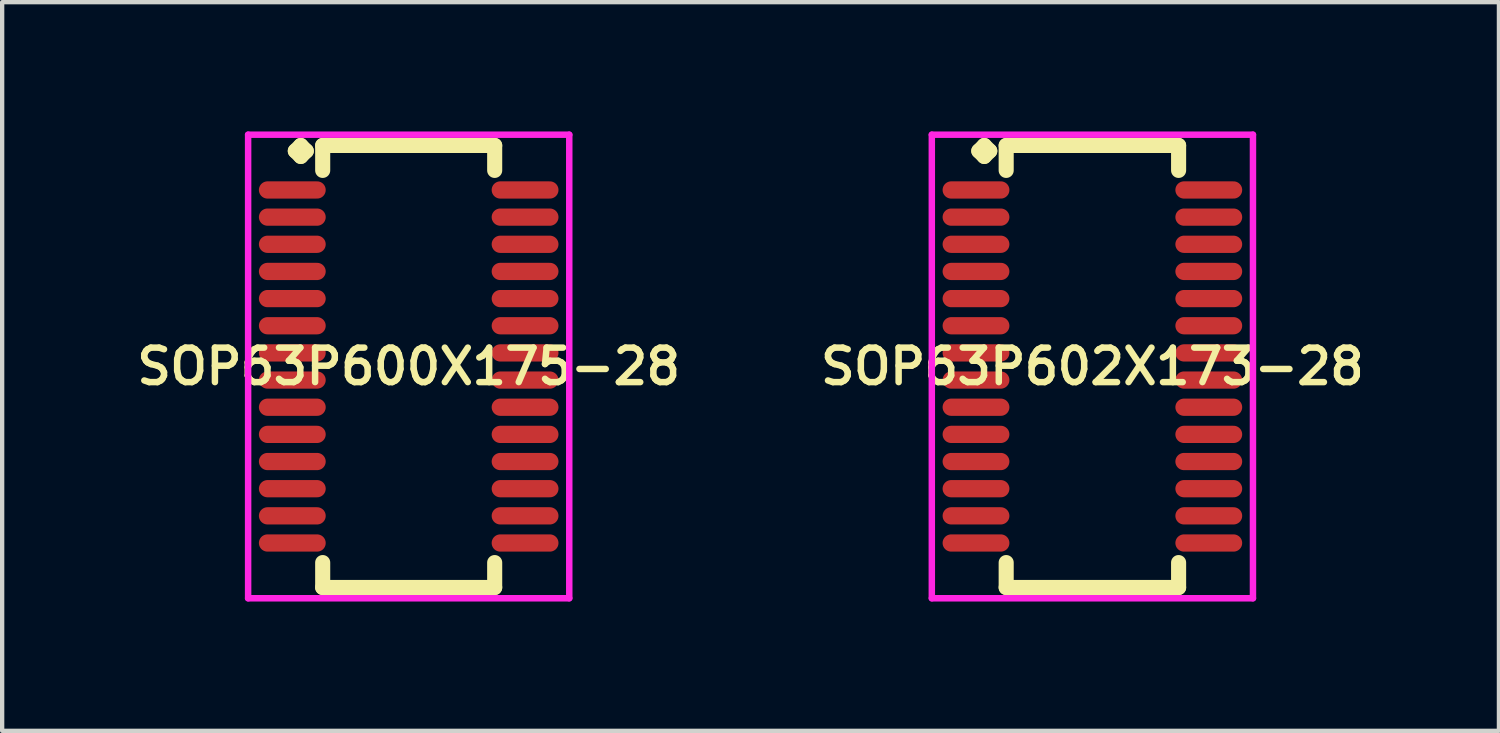
<source format=kicad_pcb>
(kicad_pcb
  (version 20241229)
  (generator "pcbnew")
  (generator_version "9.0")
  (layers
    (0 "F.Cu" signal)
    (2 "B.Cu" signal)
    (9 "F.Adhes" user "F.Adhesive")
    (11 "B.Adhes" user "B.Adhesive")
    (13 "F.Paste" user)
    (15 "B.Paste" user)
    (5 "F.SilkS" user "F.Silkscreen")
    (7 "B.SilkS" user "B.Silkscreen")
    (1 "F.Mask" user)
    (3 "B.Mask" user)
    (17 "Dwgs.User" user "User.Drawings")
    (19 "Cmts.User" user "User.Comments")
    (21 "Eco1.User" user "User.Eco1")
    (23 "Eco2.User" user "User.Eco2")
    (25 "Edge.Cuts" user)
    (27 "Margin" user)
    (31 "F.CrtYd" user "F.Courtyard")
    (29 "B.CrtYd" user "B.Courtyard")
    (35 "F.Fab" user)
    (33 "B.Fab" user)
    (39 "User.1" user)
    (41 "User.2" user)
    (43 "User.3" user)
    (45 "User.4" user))
  (footprint "SOP63P602X173-28"
    (layer "F.Cu")
    (at 22.292 5.452)
    (property "Reference" "SOP63P602X173-28" (at 0 0 0) (layer "F.SilkS") (effects (font (size 0.8 0.8) (thickness 0.15))))
    (attr smd)
    (fp_line (start -2.635 -5) (end -2.508 -5.127) (stroke (width 0.35) (type solid)) (layer "F.SilkS"))
    (fp_line (start -2.508 -5.127) (end -2.381 -5) (stroke (width 0.35) (type solid)) (layer "F.SilkS"))
    (fp_line (start -2.508 -4.873) (end -2.635 -5) (stroke (width 0.35) (type solid)) (layer "F.SilkS"))
    (fp_line (start -2.381 -5) (end -2.508 -4.873) (stroke (width 0.35) (type solid)) (layer "F.SilkS"))
    (fp_line (start -2 -5.127) (end 2 -5.127) (stroke (width 0.35) (type solid)) (layer "F.SilkS"))
    (fp_line (start -2 -4.549) (end -2 -5.127) (stroke (width 0.35) (type solid)) (layer "F.SilkS"))
    (fp_line (start -2 4.549) (end -2 5.127) (stroke (width 0.35) (type solid)) (layer "F.SilkS"))
    (fp_line (start -2 5.127) (end 2 5.127) (stroke (width 0.35) (type solid)) (layer "F.SilkS"))
    (fp_line (start 2 -5.127) (end 2 -4.549) (stroke (width 0.35) (type solid)) (layer "F.SilkS"))
    (fp_line (start 2 5.127) (end 2 4.549) (stroke (width 0.35) (type solid)) (layer "F.SilkS"))
    (fp_line (start -3.725 -5.377) (end 3.725 -5.377) (stroke (width 0.15) (type solid)) (layer "F.CrtYd"))
    (fp_line (start -3.725 5.377) (end -3.725 -5.377) (stroke (width 0.15) (type solid)) (layer "F.CrtYd"))
    (fp_line (start 3.725 -5.377) (end 3.725 5.377) (stroke (width 0.15) (type solid)) (layer "F.CrtYd"))
    (fp_line (start 3.725 5.377) (end -3.725 5.377) (stroke (width 0.15) (type solid)) (layer "F.CrtYd"))
    (pad "1" smd oval (at -2.7 -4.095) (size 1.55 0.4) (layers "F.Cu" "F.Mask" "F.Paste"))
    (pad "2" smd oval (at -2.7 -3.465) (size 1.55 0.4) (layers "F.Cu" "F.Mask" "F.Paste"))
    (pad "3" smd oval (at -2.7 -2.835) (size 1.55 0.4) (layers "F.Cu" "F.Mask" "F.Paste"))
    (pad "4" smd oval (at -2.7 -2.205) (size 1.55 0.4) (layers "F.Cu" "F.Mask" "F.Paste"))
    (pad "5" smd oval (at -2.7 -1.575) (size 1.55 0.4) (layers "F.Cu" "F.Mask" "F.Paste"))
    (pad "6" smd oval (at -2.7 -0.945) (size 1.55 0.4) (layers "F.Cu" "F.Mask" "F.Paste"))
    (pad "7" smd oval (at -2.7 -0.315) (size 1.55 0.4) (layers "F.Cu" "F.Mask" "F.Paste"))
    (pad "8" smd oval (at -2.7 0.315) (size 1.55 0.4) (layers "F.Cu" "F.Mask" "F.Paste"))
    (pad "9" smd oval (at -2.7 0.945) (size 1.55 0.4) (layers "F.Cu" "F.Mask" "F.Paste"))
    (pad "10" smd oval (at -2.7 1.575) (size 1.55 0.4) (layers "F.Cu" "F.Mask" "F.Paste"))
    (pad "11" smd oval (at -2.7 2.205) (size 1.55 0.4) (layers "F.Cu" "F.Mask" "F.Paste"))
    (pad "12" smd oval (at -2.7 2.835) (size 1.55 0.4) (layers "F.Cu" "F.Mask" "F.Paste"))
    (pad "13" smd oval (at -2.7 3.465) (size 1.55 0.4) (layers "F.Cu" "F.Mask" "F.Paste"))
    (pad "14" smd oval (at -2.7 4.095) (size 1.55 0.4) (layers "F.Cu" "F.Mask" "F.Paste"))
    (pad "15" smd oval (at 2.7 4.095) (size 1.55 0.4) (layers "F.Cu" "F.Mask" "F.Paste"))
    (pad "16" smd oval (at 2.7 3.465) (size 1.55 0.4) (layers "F.Cu" "F.Mask" "F.Paste"))
    (pad "17" smd oval (at 2.7 2.835) (size 1.55 0.4) (layers "F.Cu" "F.Mask" "F.Paste"))
    (pad "18" smd oval (at 2.7 2.205) (size 1.55 0.4) (layers "F.Cu" "F.Mask" "F.Paste"))
    (pad "19" smd oval (at 2.7 1.575) (size 1.55 0.4) (layers "F.Cu" "F.Mask" "F.Paste"))
    (pad "20" smd oval (at 2.7 0.945) (size 1.55 0.4) (layers "F.Cu" "F.Mask" "F.Paste"))
    (pad "21" smd oval (at 2.7 0.315) (size 1.55 0.4) (layers "F.Cu" "F.Mask" "F.Paste"))
    (pad "22" smd oval (at 2.7 -0.315) (size 1.55 0.4) (layers "F.Cu" "F.Mask" "F.Paste"))
    (pad "23" smd oval (at 2.7 -0.945) (size 1.55 0.4) (layers "F.Cu" "F.Mask" "F.Paste"))
    (pad "24" smd oval (at 2.7 -1.575) (size 1.55 0.4) (layers "F.Cu" "F.Mask" "F.Paste"))
    (pad "25" smd oval (at 2.7 -2.205) (size 1.55 0.4) (layers "F.Cu" "F.Mask" "F.Paste"))
    (pad "26" smd oval (at 2.7 -2.835) (size 1.55 0.4) (layers "F.Cu" "F.Mask" "F.Paste"))
    (pad "27" smd oval (at 2.7 -3.465) (size 1.55 0.4) (layers "F.Cu" "F.Mask" "F.Paste"))
    (pad "28" smd oval (at 2.7 -4.095) (size 1.55 0.4) (layers "F.Cu" "F.Mask" "F.Paste")))
  (footprint "SOP63P600X175-28"
    (layer "F.Cu")
    (at 6.431 5.452)
    (property "Reference" "SOP63P600X175-28" (at 0 0 0) (layer "F.SilkS") (effects (font (size 0.8 0.8) (thickness 0.15))))
    (attr through_hole)
    (fp_line (start -2.63 -5) (end -2.503 -5.127) (stroke (width 0.35) (type solid)) (layer "F.SilkS"))
    (fp_line (start -2.503 -5.127) (end -2.376 -5) (stroke (width 0.35) (type solid)) (layer "F.SilkS"))
    (fp_line (start -2.503 -4.873) (end -2.63 -5) (stroke (width 0.35) (type solid)) (layer "F.SilkS"))
    (fp_line (start -2.376 -5) (end -2.503 -4.873) (stroke (width 0.35) (type solid)) (layer "F.SilkS"))
    (fp_line (start -1.995 -5.127) (end 1.995 -5.127) (stroke (width 0.35) (type solid)) (layer "F.SilkS"))
    (fp_line (start -1.995 -4.549) (end -1.995 -5.127) (stroke (width 0.35) (type solid)) (layer "F.SilkS"))
    (fp_line (start -1.995 4.549) (end -1.995 5.127) (stroke (width 0.35) (type solid)) (layer "F.SilkS"))
    (fp_line (start -1.995 5.127) (end 1.995 5.127) (stroke (width 0.35) (type solid)) (layer "F.SilkS"))
    (fp_line (start 1.995 -5.127) (end 1.995 -4.549) (stroke (width 0.35) (type solid)) (layer "F.SilkS"))
    (fp_line (start 1.995 5.127) (end 1.995 4.549) (stroke (width 0.35) (type solid)) (layer "F.SilkS"))
    (fp_line (start -3.725 -5.377) (end 3.725 -5.377) (stroke (width 0.15) (type solid)) (layer "F.CrtYd"))
    (fp_line (start -3.725 5.377) (end -3.725 -5.377) (stroke (width 0.15) (type solid)) (layer "F.CrtYd"))
    (fp_line (start 3.725 -5.377) (end 3.725 5.377) (stroke (width 0.15) (type solid)) (layer "F.CrtYd"))
    (fp_line (start 3.725 5.377) (end -3.725 5.377) (stroke (width 0.15) (type solid)) (layer "F.CrtYd"))
    (pad "1" smd oval (at -2.7 -4.095) (size 1.55 0.4) (layers "F.Cu" "F.Mask" "F.Paste"))
    (pad "2" smd oval (at -2.7 -3.465) (size 1.55 0.4) (layers "F.Cu" "F.Mask" "F.Paste"))
    (pad "3" smd oval (at -2.7 -2.835) (size 1.55 0.4) (layers "F.Cu" "F.Mask" "F.Paste"))
    (pad "4" smd oval (at -2.7 -2.205) (size 1.55 0.4) (layers "F.Cu" "F.Mask" "F.Paste"))
    (pad "5" smd oval (at -2.7 -1.575) (size 1.55 0.4) (layers "F.Cu" "F.Mask" "F.Paste"))
    (pad "6" smd oval (at -2.7 -0.945) (size 1.55 0.4) (layers "F.Cu" "F.Mask" "F.Paste"))
    (pad "7" smd oval (at -2.7 -0.315) (size 1.55 0.4) (layers "F.Cu" "F.Mask" "F.Paste"))
    (pad "8" smd oval (at -2.7 0.315) (size 1.55 0.4) (layers "F.Cu" "F.Mask" "F.Paste"))
    (pad "9" smd oval (at -2.7 0.945) (size 1.55 0.4) (layers "F.Cu" "F.Mask" "F.Paste"))
    (pad "10" smd oval (at -2.7 1.575) (size 1.55 0.4) (layers "F.Cu" "F.Mask" "F.Paste"))
    (pad "11" smd oval (at -2.7 2.205) (size 1.55 0.4) (layers "F.Cu" "F.Mask" "F.Paste"))
    (pad "12" smd oval (at -2.7 2.835) (size 1.55 0.4) (layers "F.Cu" "F.Mask" "F.Paste"))
    (pad "13" smd oval (at -2.7 3.465) (size 1.55 0.4) (layers "F.Cu" "F.Mask" "F.Paste"))
    (pad "14" smd oval (at -2.7 4.095) (size 1.55 0.4) (layers "F.Cu" "F.Mask" "F.Paste"))
    (pad "15" smd oval (at 2.7 4.095) (size 1.55 0.4) (layers "F.Cu" "F.Mask" "F.Paste"))
    (pad "16" smd oval (at 2.7 3.465) (size 1.55 0.4) (layers "F.Cu" "F.Mask" "F.Paste"))
    (pad "17" smd oval (at 2.7 2.835) (size 1.55 0.4) (layers "F.Cu" "F.Mask" "F.Paste"))
    (pad "18" smd oval (at 2.7 2.205) (size 1.55 0.4) (layers "F.Cu" "F.Mask" "F.Paste"))
    (pad "19" smd oval (at 2.7 1.575) (size 1.55 0.4) (layers "F.Cu" "F.Mask" "F.Paste"))
    (pad "20" smd oval (at 2.7 0.945) (size 1.55 0.4) (layers "F.Cu" "F.Mask" "F.Paste"))
    (pad "21" smd oval (at 2.7 0.315) (size 1.55 0.4) (layers "F.Cu" "F.Mask" "F.Paste"))
    (pad "22" smd oval (at 2.7 -0.315) (size 1.55 0.4) (layers "F.Cu" "F.Mask" "F.Paste"))
    (pad "23" smd oval (at 2.7 -0.945) (size 1.55 0.4) (layers "F.Cu" "F.Mask" "F.Paste"))
    (pad "24" smd oval (at 2.7 -1.575) (size 1.55 0.4) (layers "F.Cu" "F.Mask" "F.Paste"))
    (pad "25" smd oval (at 2.7 -2.205) (size 1.55 0.4) (layers "F.Cu" "F.Mask" "F.Paste"))
    (pad "26" smd oval (at 2.7 -2.835) (size 1.55 0.4) (layers "F.Cu" "F.Mask" "F.Paste"))
    (pad "27" smd oval (at 2.7 -3.465) (size 1.55 0.4) (layers "F.Cu" "F.Mask" "F.Paste"))
    (pad "28" smd oval (at 2.7 -4.095) (size 1.55 0.4) (layers "F.Cu" "F.Mask" "F.Paste")))
  (gr_rect
    (start -3 -3)
    (end 31.723 13.904)
    (stroke (width 0.1) (type default))
    (fill no)
    (layer "Edge.Cuts")))
</source>
